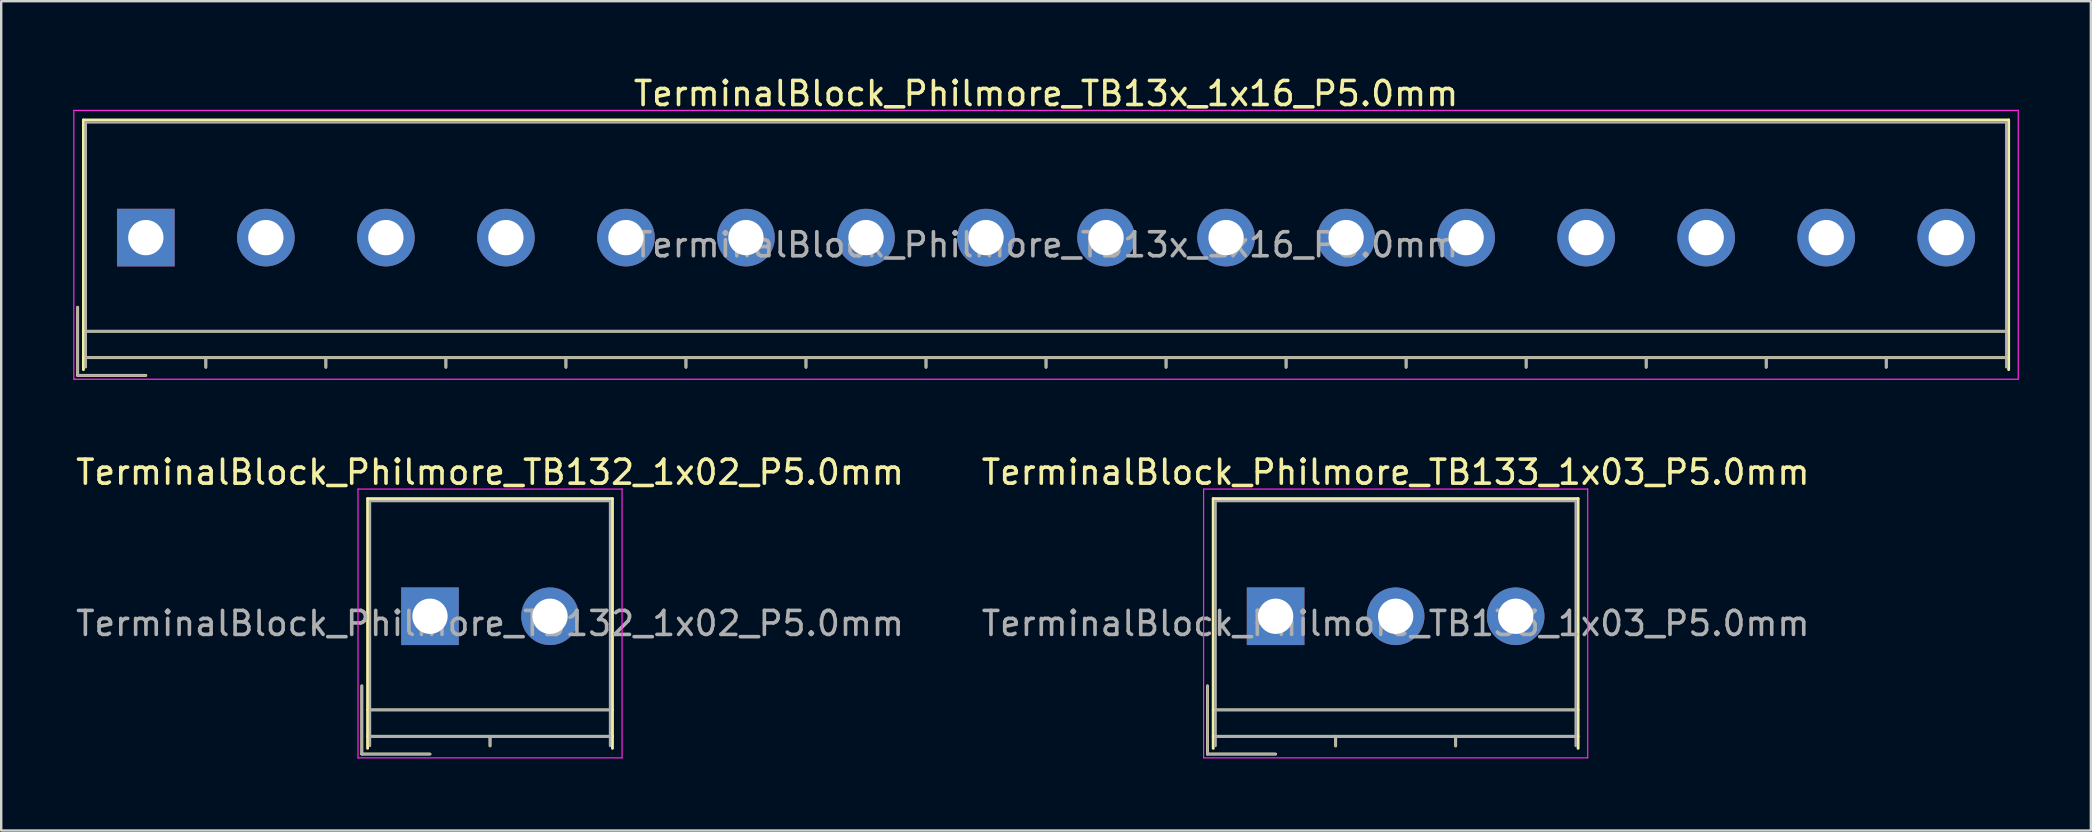
<source format=kicad_pcb>
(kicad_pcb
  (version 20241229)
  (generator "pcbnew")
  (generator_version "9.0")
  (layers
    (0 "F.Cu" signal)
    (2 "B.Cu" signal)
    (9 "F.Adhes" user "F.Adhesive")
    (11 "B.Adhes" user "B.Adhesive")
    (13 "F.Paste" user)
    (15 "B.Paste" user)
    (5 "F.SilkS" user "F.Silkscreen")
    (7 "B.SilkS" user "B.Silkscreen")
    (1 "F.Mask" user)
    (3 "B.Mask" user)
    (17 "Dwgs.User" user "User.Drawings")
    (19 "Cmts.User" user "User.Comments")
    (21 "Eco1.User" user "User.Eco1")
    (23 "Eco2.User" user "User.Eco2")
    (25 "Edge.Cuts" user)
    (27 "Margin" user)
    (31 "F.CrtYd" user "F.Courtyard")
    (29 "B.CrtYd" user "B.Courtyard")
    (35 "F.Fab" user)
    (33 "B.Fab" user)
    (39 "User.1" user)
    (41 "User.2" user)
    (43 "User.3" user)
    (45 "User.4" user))
  (footprint "TerminalBlock_Philmore_TB132_1x02_P5.0mm"
    (layer "F.Cu")
    (at 14.863 22.622)
    (property "Reference" "TerminalBlock_Philmore_TB132_1x02_P5.0mm" (at 2.5 -6 0) (layer "F.SilkS") (effects (font (size 1 1) (thickness 0.15))))
    (attr through_hole)
    (fp_line (start -2.84 2.9) (end -2.84 5.74) (stroke (width 0.12) (type solid)) (layer "F.SilkS"))
    (fp_line (start -2.84 5.74) (end 0 5.74) (stroke (width 0.12) (type solid)) (layer "F.SilkS"))
    (fp_line (start -2.6 -4.9) (end 7.6 -4.9) (stroke (width 0.12) (type solid)) (layer "F.SilkS"))
    (fp_line (start -2.6 3.9) (end 7.6 3.9) (stroke (width 0.12) (type solid)) (layer "F.SilkS"))
    (fp_line (start -2.6 5) (end 7.6 5) (stroke (width 0.12) (type solid)) (layer "F.SilkS"))
    (fp_line (start -2.6 5.5) (end -2.6 -4.9) (stroke (width 0.12) (type solid)) (layer "F.SilkS"))
    (fp_line (start 2.5 5) (end 2.5 5.4) (stroke (width 0.12) (type solid)) (layer "F.SilkS"))
    (fp_line (start 7.6 -4.9) (end 7.6 5.5) (stroke (width 0.12) (type solid)) (layer "F.SilkS"))
    (fp_line (start -3 -5.3) (end -3 5.9) (stroke (width 0.05) (type solid)) (layer "F.CrtYd"))
    (fp_line (start -3 5.9) (end 8 5.9) (stroke (width 0.05) (type solid)) (layer "F.CrtYd"))
    (fp_line (start 8 -5.3) (end -3 -5.3) (stroke (width 0.05) (type solid)) (layer "F.CrtYd"))
    (fp_line (start 8 5.9) (end 8 -5.3) (stroke (width 0.05) (type solid)) (layer "F.CrtYd"))
    (fp_line (start -2.84 2.9) (end -2.84 5.74) (stroke (width 0.1) (type solid)) (layer "F.Fab"))
    (fp_line (start -2.84 5.74) (end 0 5.74) (stroke (width 0.1) (type solid)) (layer "F.Fab"))
    (fp_line (start -2.5 -4.8) (end 7.5 -4.8) (stroke (width 0.1) (type solid)) (layer "F.Fab"))
    (fp_line (start -2.5 3.9) (end 7.5 3.9) (stroke (width 0.1) (type solid)) (layer "F.Fab"))
    (fp_line (start -2.5 5) (end 7.5 5) (stroke (width 0.1) (type solid)) (layer "F.Fab"))
    (fp_line (start -2.5 5.4) (end -2.5 -4.8) (stroke (width 0.1) (type solid)) (layer "F.Fab"))
    (fp_line (start 2.5 5) (end 2.5 5.4) (stroke (width 0.1) (type solid)) (layer "F.Fab"))
    (fp_line (start 7.5 -4.8) (end 7.5 5.4) (stroke (width 0.1) (type solid)) (layer "F.Fab"))
    (fp_text user "${REFERENCE}" (at 2.5 0.3 0) (layer "F.Fab") (effects (font (size 1 1) (thickness 0.15))))
    (pad "1" thru_hole rect (at 0 0) (size 2.4 2.4) (drill 1.47) (layers "*.Cu" "*.Mask"))
    (pad "2" thru_hole circle (at 5 0) (size 2.4 2.4) (drill 1.47) (layers "*.Cu" "*.Mask")))
  (footprint "TerminalBlock_Philmore_TB133_1x03_P5.0mm"
    (layer "F.Cu")
    (at 50.089 22.622)
    (property "Reference" "TerminalBlock_Philmore_TB133_1x03_P5.0mm" (at 5 -6 0) (layer "F.SilkS") (effects (font (size 1 1) (thickness 0.15))))
    (attr through_hole)
    (fp_line (start -2.84 2.9) (end -2.84 5.74) (stroke (width 0.12) (type solid)) (layer "F.SilkS"))
    (fp_line (start -2.84 5.74) (end 0 5.74) (stroke (width 0.12) (type solid)) (layer "F.SilkS"))
    (fp_line (start -2.6 -4.9) (end 12.6 -4.9) (stroke (width 0.12) (type solid)) (layer "F.SilkS"))
    (fp_line (start -2.6 3.9) (end 12.6 3.9) (stroke (width 0.12) (type solid)) (layer "F.SilkS"))
    (fp_line (start -2.6 5) (end 12.6 5) (stroke (width 0.12) (type solid)) (layer "F.SilkS"))
    (fp_line (start -2.6 5.5) (end -2.6 -4.9) (stroke (width 0.12) (type solid)) (layer "F.SilkS"))
    (fp_line (start 2.5 5) (end 2.5 5.4) (stroke (width 0.12) (type solid)) (layer "F.SilkS"))
    (fp_line (start 7.5 5) (end 7.5 5.4) (stroke (width 0.12) (type solid)) (layer "F.SilkS"))
    (fp_line (start 12.6 -4.9) (end 12.6 5.5) (stroke (width 0.12) (type solid)) (layer "F.SilkS"))
    (fp_line (start -3 -5.3) (end -3 5.9) (stroke (width 0.05) (type solid)) (layer "F.CrtYd"))
    (fp_line (start -3 5.9) (end 13 5.9) (stroke (width 0.05) (type solid)) (layer "F.CrtYd"))
    (fp_line (start 13 -5.3) (end -3 -5.3) (stroke (width 0.05) (type solid)) (layer "F.CrtYd"))
    (fp_line (start 13 5.9) (end 13 -5.3) (stroke (width 0.05) (type solid)) (layer "F.CrtYd"))
    (fp_line (start -2.84 2.9) (end -2.84 5.74) (stroke (width 0.1) (type solid)) (layer "F.Fab"))
    (fp_line (start -2.84 5.74) (end 0 5.74) (stroke (width 0.1) (type solid)) (layer "F.Fab"))
    (fp_line (start -2.5 -4.8) (end 12.5 -4.8) (stroke (width 0.1) (type solid)) (layer "F.Fab"))
    (fp_line (start -2.5 3.9) (end 12.5 3.9) (stroke (width 0.1) (type solid)) (layer "F.Fab"))
    (fp_line (start -2.5 5) (end 12.5 5) (stroke (width 0.1) (type solid)) (layer "F.Fab"))
    (fp_line (start -2.5 5.4) (end -2.5 -4.8) (stroke (width 0.1) (type solid)) (layer "F.Fab"))
    (fp_line (start 2.5 5) (end 2.5 5.4) (stroke (width 0.1) (type solid)) (layer "F.Fab"))
    (fp_line (start 7.5 5) (end 7.5 5.4) (stroke (width 0.1) (type solid)) (layer "F.Fab"))
    (fp_line (start 12.5 -4.8) (end 12.5 5.4) (stroke (width 0.1) (type solid)) (layer "F.Fab"))
    (fp_text user "${REFERENCE}" (at 5 0.3 0) (layer "F.Fab") (effects (font (size 1 1) (thickness 0.15))))
    (pad "1" thru_hole rect (at 0 0) (size 2.4 2.4) (drill 1.47) (layers "*.Cu" "*.Mask"))
    (pad "2" thru_hole circle (at 5 0) (size 2.4 2.4) (drill 1.47) (layers "*.Cu" "*.Mask"))
    (pad "3" thru_hole circle (at 10 0) (size 2.4 2.4) (drill 1.47) (layers "*.Cu" "*.Mask")))
  (footprint "TerminalBlock_Philmore_TB13x_1x16_P5.0mm"
    (layer "F.Cu")
    (at 3.025 6.848)
    (property "Reference" "TerminalBlock_Philmore_TB13x_1x16_P5.0mm" (at 37.5 -6 0) (layer "F.SilkS") (effects (font (size 1 1) (thickness 0.15))))
    (attr through_hole)
    (fp_line (start -2.84 2.9) (end -2.84 5.74) (stroke (width 0.12) (type solid)) (layer "F.SilkS"))
    (fp_line (start -2.84 5.74) (end 0 5.74) (stroke (width 0.12) (type solid)) (layer "F.SilkS"))
    (fp_line (start -2.6 -4.9) (end 77.6 -4.9) (stroke (width 0.12) (type solid)) (layer "F.SilkS"))
    (fp_line (start -2.6 3.9) (end 77.6 3.9) (stroke (width 0.12) (type solid)) (layer "F.SilkS"))
    (fp_line (start -2.6 5) (end 77.6 5) (stroke (width 0.12) (type solid)) (layer "F.SilkS"))
    (fp_line (start -2.6 5.5) (end -2.6 -4.9) (stroke (width 0.12) (type solid)) (layer "F.SilkS"))
    (fp_line (start 2.5 5) (end 2.5 5.4) (stroke (width 0.12) (type solid)) (layer "F.SilkS"))
    (fp_line (start 7.5 5) (end 7.5 5.4) (stroke (width 0.12) (type solid)) (layer "F.SilkS"))
    (fp_line (start 12.5 5) (end 12.5 5.4) (stroke (width 0.12) (type solid)) (layer "F.SilkS"))
    (fp_line (start 17.5 5) (end 17.5 5.4) (stroke (width 0.12) (type solid)) (layer "F.SilkS"))
    (fp_line (start 22.5 5) (end 22.5 5.4) (stroke (width 0.12) (type solid)) (layer "F.SilkS"))
    (fp_line (start 27.5 5) (end 27.5 5.4) (stroke (width 0.12) (type solid)) (layer "F.SilkS"))
    (fp_line (start 32.5 5) (end 32.5 5.4) (stroke (width 0.12) (type solid)) (layer "F.SilkS"))
    (fp_line (start 37.5 5) (end 37.5 5.4) (stroke (width 0.12) (type solid)) (layer "F.SilkS"))
    (fp_line (start 42.5 5) (end 42.5 5.4) (stroke (width 0.12) (type solid)) (layer "F.SilkS"))
    (fp_line (start 47.5 5) (end 47.5 5.4) (stroke (width 0.12) (type solid)) (layer "F.SilkS"))
    (fp_line (start 52.5 5) (end 52.5 5.4) (stroke (width 0.12) (type solid)) (layer "F.SilkS"))
    (fp_line (start 57.5 5) (end 57.5 5.4) (stroke (width 0.12) (type solid)) (layer "F.SilkS"))
    (fp_line (start 62.5 5) (end 62.5 5.4) (stroke (width 0.12) (type solid)) (layer "F.SilkS"))
    (fp_line (start 67.5 5) (end 67.5 5.4) (stroke (width 0.12) (type solid)) (layer "F.SilkS"))
    (fp_line (start 72.5 5) (end 72.5 5.4) (stroke (width 0.12) (type solid)) (layer "F.SilkS"))
    (fp_line (start 77.6 -4.9) (end 77.6 5.5) (stroke (width 0.12) (type solid)) (layer "F.SilkS"))
    (fp_line (start -3 -5.3) (end -3 5.9) (stroke (width 0.05) (type solid)) (layer "F.CrtYd"))
    (fp_line (start -3 5.9) (end 78 5.9) (stroke (width 0.05) (type solid)) (layer "F.CrtYd"))
    (fp_line (start 78 -5.3) (end -3 -5.3) (stroke (width 0.05) (type solid)) (layer "F.CrtYd"))
    (fp_line (start 78 5.9) (end 78 -5.3) (stroke (width 0.05) (type solid)) (layer "F.CrtYd"))
    (fp_line (start -2.84 2.9) (end -2.84 5.74) (stroke (width 0.1) (type solid)) (layer "F.Fab"))
    (fp_line (start -2.84 5.74) (end 0 5.74) (stroke (width 0.1) (type solid)) (layer "F.Fab"))
    (fp_line (start -2.5 -4.8) (end 77.5 -4.8) (stroke (width 0.1) (type solid)) (layer "F.Fab"))
    (fp_line (start -2.5 3.9) (end 77.5 3.9) (stroke (width 0.1) (type solid)) (layer "F.Fab"))
    (fp_line (start -2.5 5) (end 77.5 5) (stroke (width 0.1) (type solid)) (layer "F.Fab"))
    (fp_line (start -2.5 5.4) (end -2.5 -4.8) (stroke (width 0.1) (type solid)) (layer "F.Fab"))
    (fp_line (start 2.5 5) (end 2.5 5.4) (stroke (width 0.1) (type solid)) (layer "F.Fab"))
    (fp_line (start 7.5 5) (end 7.5 5.4) (stroke (width 0.1) (type solid)) (layer "F.Fab"))
    (fp_line (start 12.5 5) (end 12.5 5.4) (stroke (width 0.1) (type solid)) (layer "F.Fab"))
    (fp_line (start 17.5 5) (end 17.5 5.4) (stroke (width 0.1) (type solid)) (layer "F.Fab"))
    (fp_line (start 22.5 5) (end 22.5 5.4) (stroke (width 0.1) (type solid)) (layer "F.Fab"))
    (fp_line (start 27.5 5) (end 27.5 5.4) (stroke (width 0.1) (type solid)) (layer "F.Fab"))
    (fp_line (start 32.5 5) (end 32.5 5.4) (stroke (width 0.1) (type solid)) (layer "F.Fab"))
    (fp_line (start 37.5 5) (end 37.5 5.4) (stroke (width 0.1) (type solid)) (layer "F.Fab"))
    (fp_line (start 42.5 5) (end 42.5 5.4) (stroke (width 0.1) (type solid)) (layer "F.Fab"))
    (fp_line (start 47.5 5) (end 47.5 5.4) (stroke (width 0.1) (type solid)) (layer "F.Fab"))
    (fp_line (start 52.5 5) (end 52.5 5.4) (stroke (width 0.1) (type solid)) (layer "F.Fab"))
    (fp_line (start 57.5 5) (end 57.5 5.4) (stroke (width 0.1) (type solid)) (layer "F.Fab"))
    (fp_line (start 62.5 5) (end 62.5 5.4) (stroke (width 0.1) (type solid)) (layer "F.Fab"))
    (fp_line (start 67.5 5) (end 67.5 5.4) (stroke (width 0.1) (type solid)) (layer "F.Fab"))
    (fp_line (start 72.5 5) (end 72.5 5.4) (stroke (width 0.1) (type solid)) (layer "F.Fab"))
    (fp_line (start 77.5 -4.8) (end 77.5 5.4) (stroke (width 0.1) (type solid)) (layer "F.Fab"))
    (fp_text user "${REFERENCE}" (at 37.5 0.3 0) (layer "F.Fab") (effects (font (size 1 1) (thickness 0.15))))
    (pad "1" thru_hole rect (at 0 0) (size 2.4 2.4) (drill 1.47) (layers "*.Cu" "*.Mask"))
    (pad "2" thru_hole circle (at 5 0) (size 2.4 2.4) (drill 1.47) (layers "*.Cu" "*.Mask"))
    (pad "3" thru_hole circle (at 10 0) (size 2.4 2.4) (drill 1.47) (layers "*.Cu" "*.Mask"))
    (pad "4" thru_hole circle (at 15 0) (size 2.4 2.4) (drill 1.47) (layers "*.Cu" "*.Mask"))
    (pad "5" thru_hole circle (at 20 0) (size 2.4 2.4) (drill 1.47) (layers "*.Cu" "*.Mask"))
    (pad "6" thru_hole circle (at 25 0) (size 2.4 2.4) (drill 1.47) (layers "*.Cu" "*.Mask"))
    (pad "7" thru_hole circle (at 30 0) (size 2.4 2.4) (drill 1.47) (layers "*.Cu" "*.Mask"))
    (pad "8" thru_hole circle (at 35 0) (size 2.4 2.4) (drill 1.47) (layers "*.Cu" "*.Mask"))
    (pad "9" thru_hole circle (at 40 0) (size 2.4 2.4) (drill 1.47) (layers "*.Cu" "*.Mask"))
    (pad "10" thru_hole circle (at 45 0) (size 2.4 2.4) (drill 1.47) (layers "*.Cu" "*.Mask"))
    (pad "11" thru_hole circle (at 50 0) (size 2.4 2.4) (drill 1.47) (layers "*.Cu" "*.Mask"))
    (pad "12" thru_hole circle (at 55 0) (size 2.4 2.4) (drill 1.47) (layers "*.Cu" "*.Mask"))
    (pad "13" thru_hole circle (at 60 0) (size 2.4 2.4) (drill 1.47) (layers "*.Cu" "*.Mask"))
    (pad "14" thru_hole circle (at 65 0) (size 2.4 2.4) (drill 1.47) (layers "*.Cu" "*.Mask"))
    (pad "15" thru_hole circle (at 70 0) (size 2.4 2.4) (drill 1.47) (layers "*.Cu" "*.Mask"))
    (pad "16" thru_hole circle (at 75 0) (size 2.4 2.4) (drill 1.47) (layers "*.Cu" "*.Mask")))
  (gr_rect
    (start -3 -3)
    (end 84.05 31.547)
    (stroke (width 0.1) (type default))
    (fill no)
    (layer "Edge.Cuts")))
</source>
